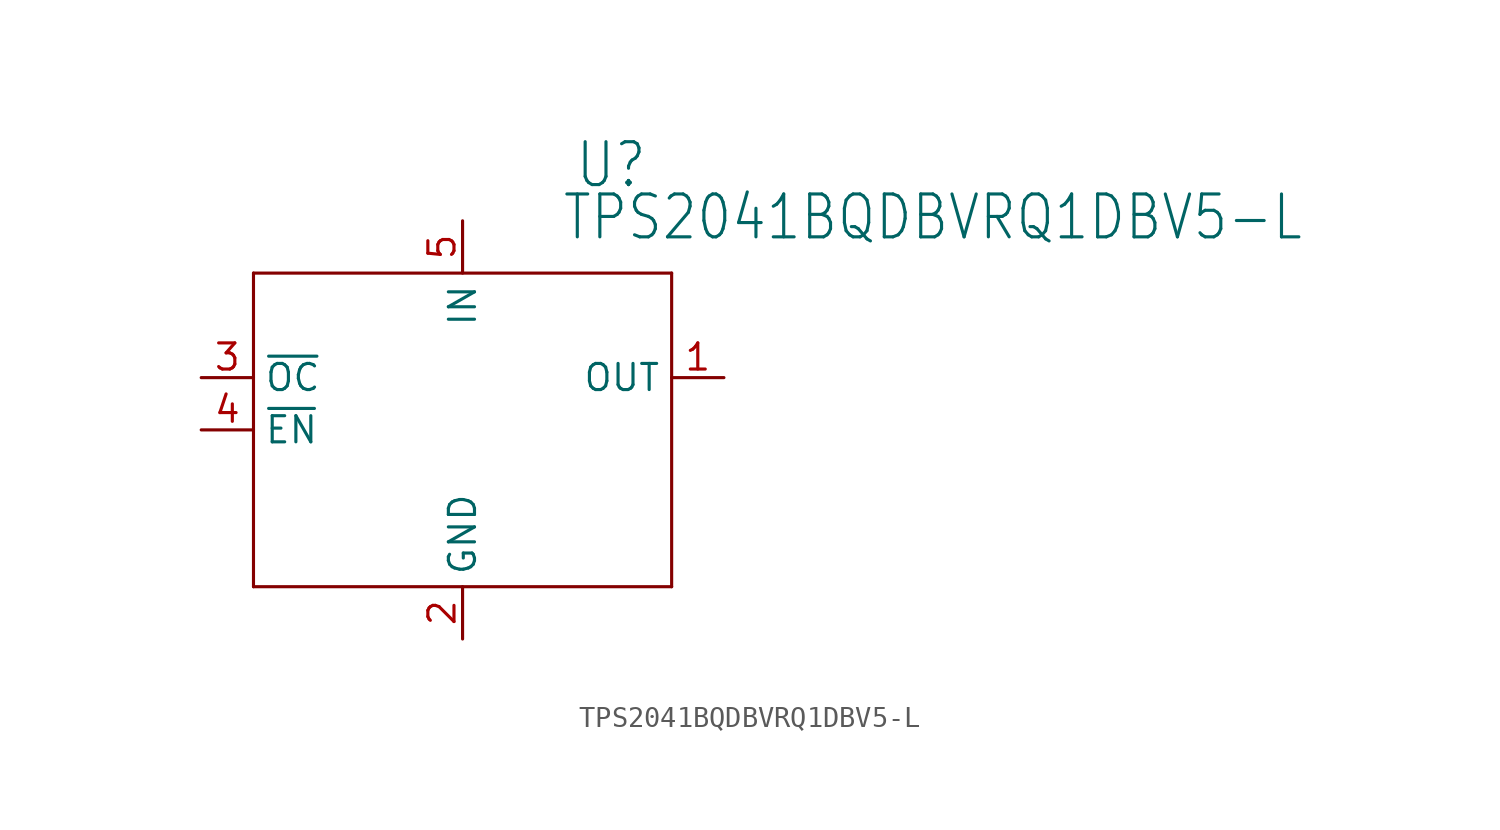
<source format=kicad_sym>
(kicad_symbol_lib
  (version 20211014)
  (generator kicad_symbol_editor)
  (symbol "TPS2041BQDBVRQ1DBV5-L"
    (property "Reference" "U"
      (at 5.436 9.119 0)
      (effects (font (size 2.083 1.77)) (justify left bottom)))
    (property "Value" "TPS2041BQDBVRQ1DBV5-L"
      (at 4.801 6.579 0)
      (effects (font (size 2.083 1.77)) (justify left bottom)))
    (property "ki_locked" ""
      (at 0 0 0)
      (effects (font (size 1.27 1.27))))
    (symbol "TPS2041BQDBVRQ1DBV5-L_1_0"
      (polyline (pts (xy -10.16 -10.16) (xy 10.16 -10.16)) (stroke (width 0.152) (type default) (color 0 0 0 0)) (fill (type none)))
      (polyline (pts (xy -10.16 5.08) (xy -10.16 -10.16)) (stroke (width 0.152) (type default) (color 0 0 0 0)) (fill (type none)))
      (polyline (pts (xy 10.16 -10.16) (xy 10.16 5.08)) (stroke (width 0.152) (type default) (color 0 0 0 0)) (fill (type none)))
      (polyline (pts (xy 10.16 5.08) (xy -10.16 5.08)) (stroke (width 0.152) (type default) (color 0 0 0 0)) (fill (type none)))
      (pin output line (at 12.7 0 180) (length 2.54) (name "OUT" (effects (font (size 1.27 1.27)))) (number "1" (effects (font (size 1.27 1.27)))))
      (pin power_in line (at 0 -12.7 90) (length 2.54) (name "GND" (effects (font (size 1.27 1.27)))) (number "2" (effects (font (size 1.27 1.27)))))
      (pin open_collector line (at -12.7 0 0) (length 2.54) (name "~{OC}" (effects (font (size 1.27 1.27)))) (number "3" (effects (font (size 1.27 1.27)))))
      (pin input line (at -12.7 -2.54 0) (length 2.54) (name "~{EN}" (effects (font (size 1.27 1.27)))) (number "4" (effects (font (size 1.27 1.27)))))
      (pin power_in line (at 0 7.62 270) (length 2.54) (name "IN" (effects (font (size 1.27 1.27)))) (number "5" (effects (font (size 1.27 1.27))))))))
</source>
